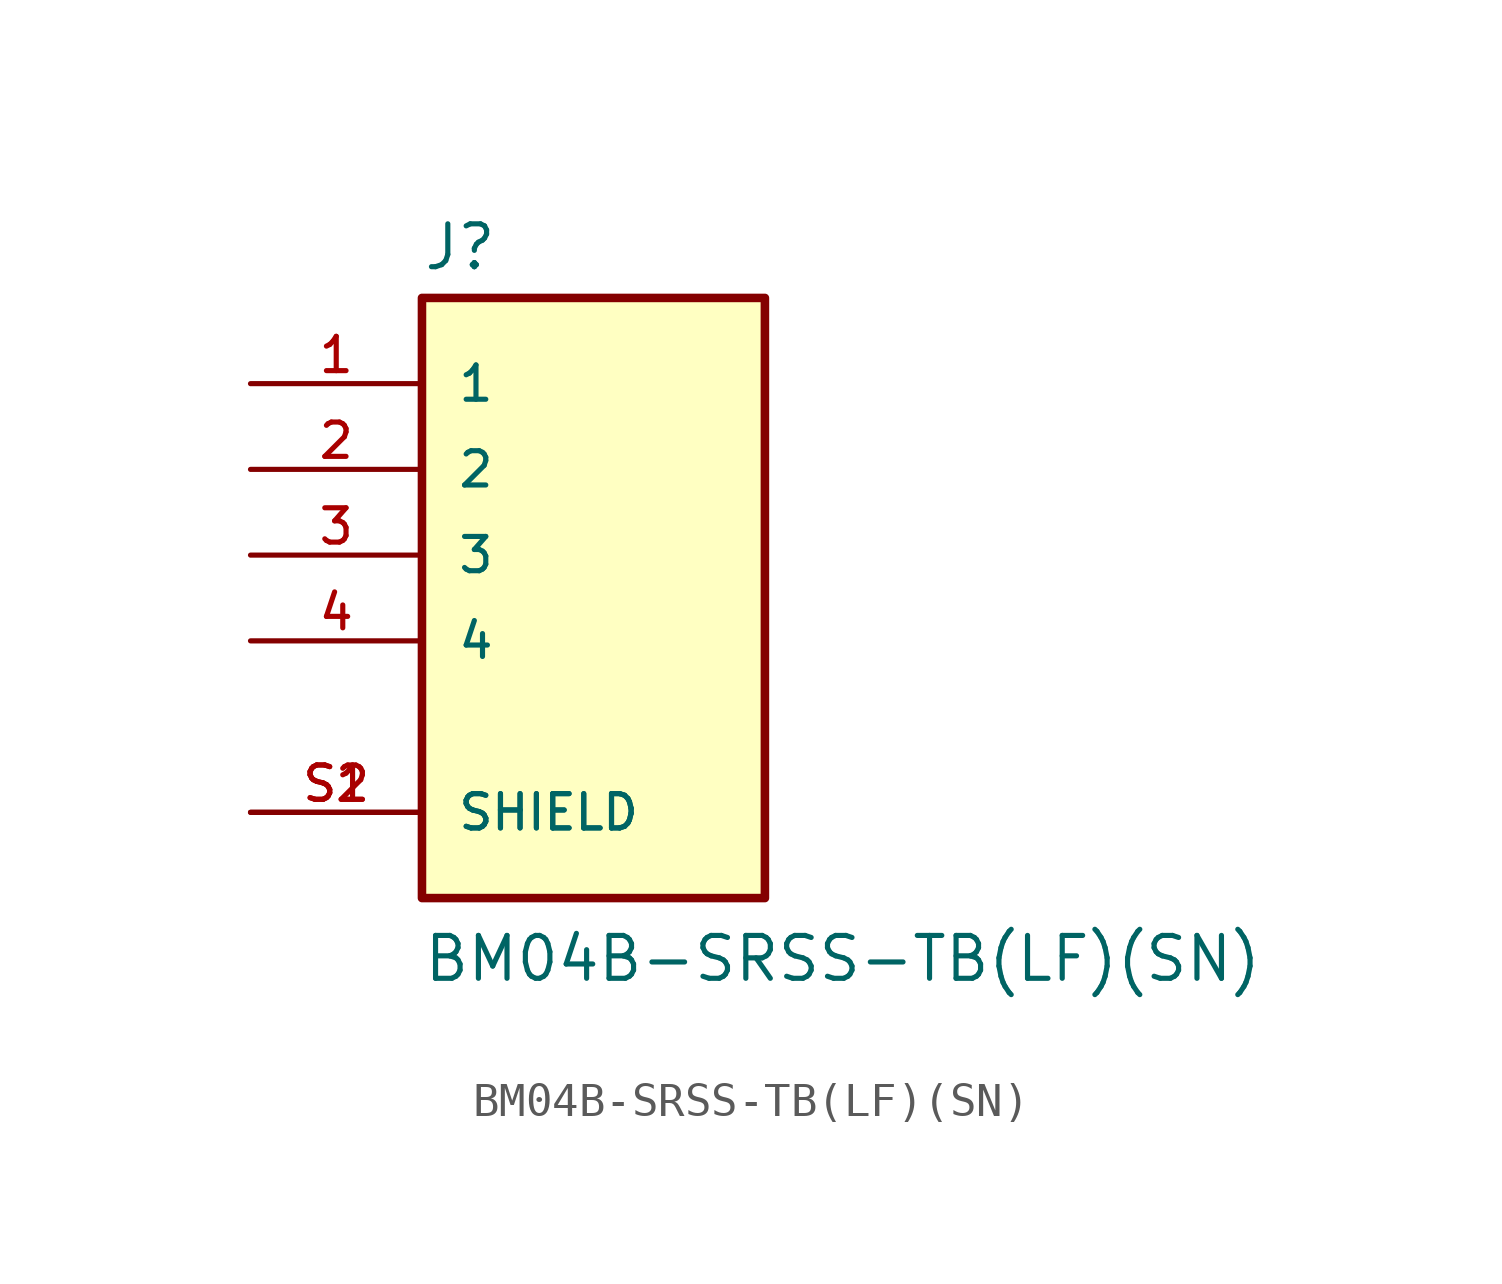
<source format=kicad_sym>
(kicad_symbol_lib
  (version 20211014)
  (generator kicad_symbol_editor)
  (symbol "BM04B-SRSS-TB(LF)(SN)"
    (pin_names
      (offset 1.016))
    (property "Reference" "J"
      (at -5.08 10.922 0)
      (effects (font (size 1.27 1.27)) (justify bottom left)))
    (property "Value" "BM04B-SRSS-TB(LF)(SN)"
      (at -5.08 -10.16 0)
      (effects (font (size 1.27 1.27)) (justify bottom left)))
    (symbol "BM04B-SRSS-TB(LF)(SN)_0_0"
      (rectangle (start -5.08 -7.62) (end 5.08 10.16) (stroke (width 0.254)) (fill (type background)))
      (pin passive line (at -10.16 7.62 0) (length 5.08) (name "1" (effects (font (size 1.016 1.016)))) (number "1" (effects (font (size 1.016 1.016)))))
      (pin passive line (at -10.16 5.08 0) (length 5.08) (name "2" (effects (font (size 1.016 1.016)))) (number "2" (effects (font (size 1.016 1.016)))))
      (pin passive line (at -10.16 2.54 0) (length 5.08) (name "3" (effects (font (size 1.016 1.016)))) (number "3" (effects (font (size 1.016 1.016)))))
      (pin passive line (at -10.16 0.0 0) (length 5.08) (name "4" (effects (font (size 1.016 1.016)))) (number "4" (effects (font (size 1.016 1.016)))))
      (pin passive line (at -10.16 -5.08 0) (length 5.08) (name "SHIELD" (effects (font (size 1.016 1.016)))) (number "S1" (effects (font (size 1.016 1.016)))))
      (pin passive line (at -10.16 -5.08 0) (length 5.08) (name "SHIELD" (effects (font (size 1.016 1.016)))) (number "S2" (effects (font (size 1.016 1.016))))))))
</source>
